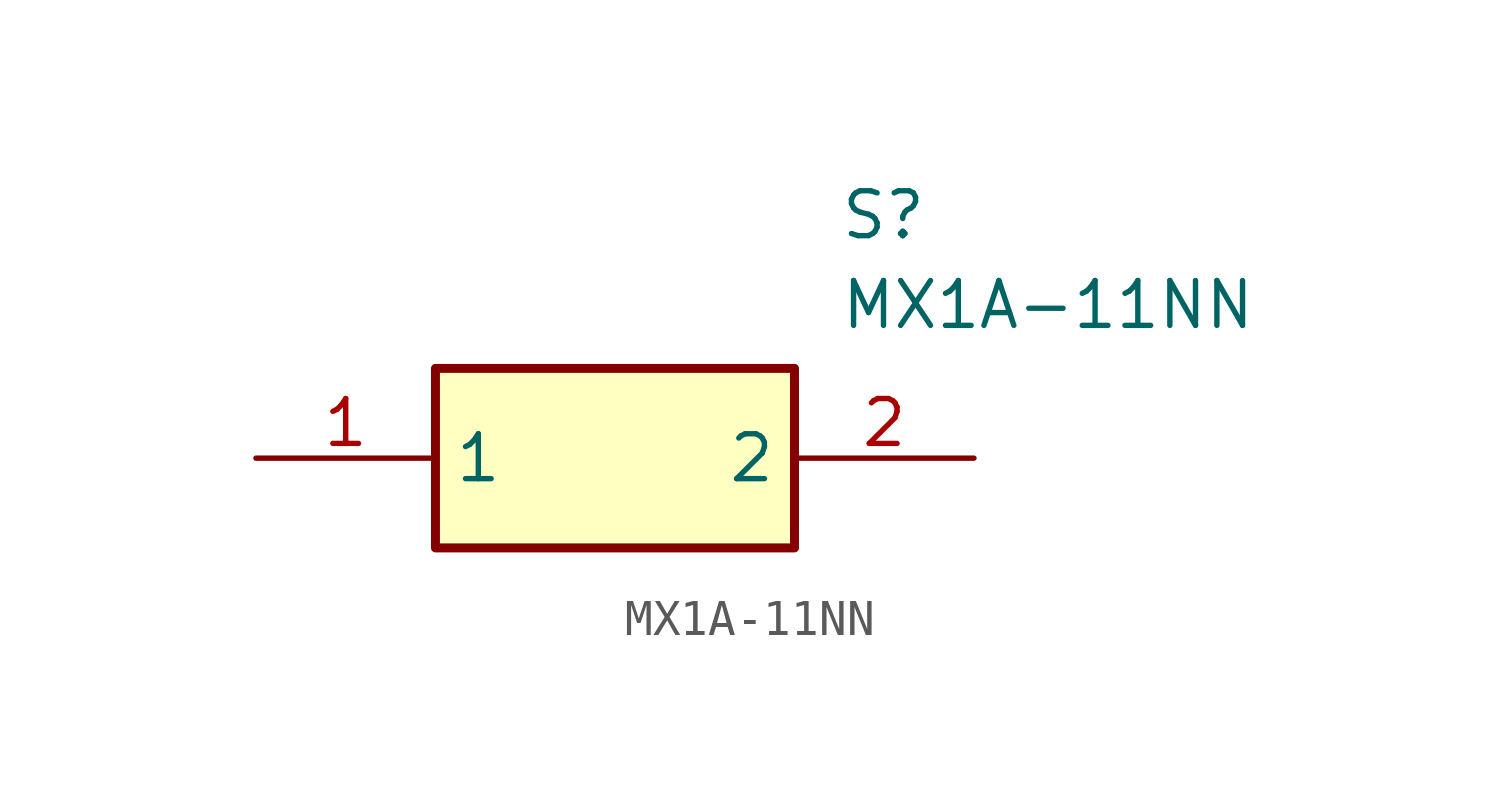
<source format=kicad_sym>
(kicad_symbol_lib
  (version 20241209)
  (generator "kicad_symbol_editor")
  (generator_version "9.0")
  (symbol "MX1A-11NN"
    (property "Reference" "S"
      (at 16.51 7.62 0)
      (effects (font (size 1.27 1.27)) (justify left top)))
    (property "Value" "MX1A-11NN"
      (at 16.51 5.08 0)
      (effects (font (size 1.27 1.27)) (justify left top)))
    (symbol "MX1A-11NN_1_1"
      (rectangle (start 5.08 2.54) (end 15.24 -2.54) (stroke (width 0.254) (type default)) (fill (type background)))
      (pin passive line (at 0 0 0) (length 5.08) (name "1" (effects (font (size 1.27 1.27)))) (number "1" (effects (font (size 1.27 1.27)))))
      (pin passive line (at 20.32 0 180) (length 5.08) (name "2" (effects (font (size 1.27 1.27)))) (number "2" (effects (font (size 1.27 1.27))))))))
</source>
